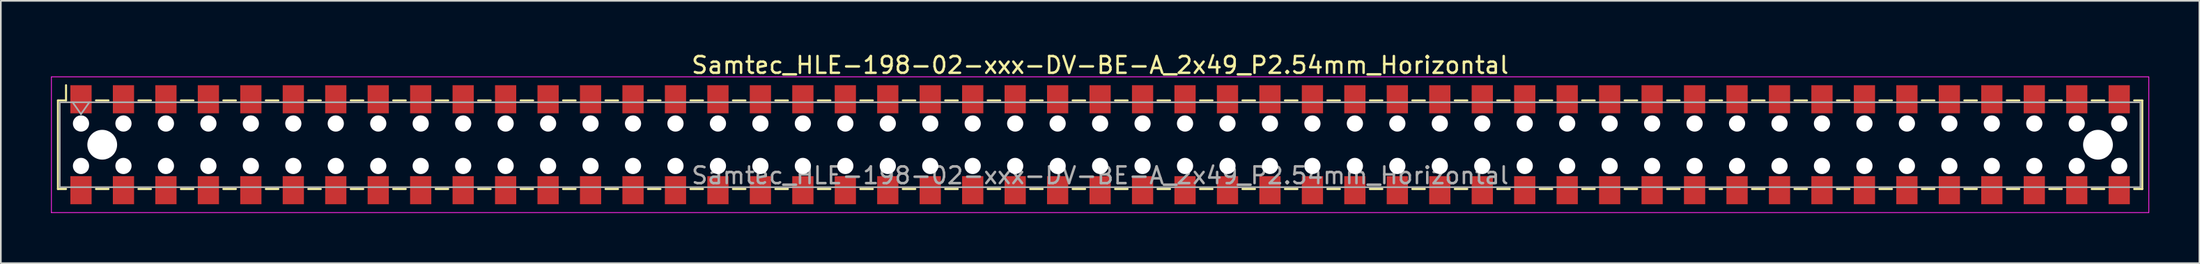
<source format=kicad_pcb>
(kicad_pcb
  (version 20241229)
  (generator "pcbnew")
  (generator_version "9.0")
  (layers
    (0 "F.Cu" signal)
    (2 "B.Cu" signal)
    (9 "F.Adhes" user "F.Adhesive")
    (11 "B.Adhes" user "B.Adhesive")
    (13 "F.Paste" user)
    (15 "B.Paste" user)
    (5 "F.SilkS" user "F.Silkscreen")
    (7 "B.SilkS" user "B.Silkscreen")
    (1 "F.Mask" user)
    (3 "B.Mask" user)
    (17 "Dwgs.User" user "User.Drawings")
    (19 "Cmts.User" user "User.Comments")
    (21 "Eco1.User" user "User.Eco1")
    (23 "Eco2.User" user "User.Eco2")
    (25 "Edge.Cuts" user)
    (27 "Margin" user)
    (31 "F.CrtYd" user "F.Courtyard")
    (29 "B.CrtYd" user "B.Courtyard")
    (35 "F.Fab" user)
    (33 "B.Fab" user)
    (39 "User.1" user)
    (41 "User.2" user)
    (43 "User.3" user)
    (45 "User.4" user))
  (footprint "Samtec_HLE-198-02-xxx-DV-BE-A_2x49_P2.54mm_Horizontal"
    (layer "F.Cu")
    (at 62.755 5.608)
    (property "Reference" "Samtec_HLE-198-02-xxx-DV-BE-A_2x49_P2.54mm_Horizontal" (at 0 -4.76 0) (layer "F.SilkS") (effects (font (size 1 1) (thickness 0.15))))
    (attr smd)
    (fp_line (start -62.34 -2.65) (end -62.34 2.65) (stroke (width 0.12) (type solid)) (layer "F.SilkS"))
    (fp_line (start -62.34 2.65) (end -61.855 2.65) (stroke (width 0.12) (type solid)) (layer "F.SilkS"))
    (fp_line (start -61.855 -3.56) (end -61.855 -2.65) (stroke (width 0.12) (type solid)) (layer "F.SilkS"))
    (fp_line (start -61.855 -2.65) (end -62.34 -2.65) (stroke (width 0.12) (type solid)) (layer "F.SilkS"))
    (fp_line (start -60.065 -2.65) (end -59.315 -2.65) (stroke (width 0.12) (type solid)) (layer "F.SilkS"))
    (fp_line (start -60.065 2.65) (end -59.315 2.65) (stroke (width 0.12) (type solid)) (layer "F.SilkS"))
    (fp_line (start -57.525 -2.65) (end -56.775 -2.65) (stroke (width 0.12) (type solid)) (layer "F.SilkS"))
    (fp_line (start -57.525 2.65) (end -56.775 2.65) (stroke (width 0.12) (type solid)) (layer "F.SilkS"))
    (fp_line (start -54.985 -2.65) (end -54.235 -2.65) (stroke (width 0.12) (type solid)) (layer "F.SilkS"))
    (fp_line (start -54.985 2.65) (end -54.235 2.65) (stroke (width 0.12) (type solid)) (layer "F.SilkS"))
    (fp_line (start -52.445 -2.65) (end -51.695 -2.65) (stroke (width 0.12) (type solid)) (layer "F.SilkS"))
    (fp_line (start -52.445 2.65) (end -51.695 2.65) (stroke (width 0.12) (type solid)) (layer "F.SilkS"))
    (fp_line (start -49.905 -2.65) (end -49.155 -2.65) (stroke (width 0.12) (type solid)) (layer "F.SilkS"))
    (fp_line (start -49.905 2.65) (end -49.155 2.65) (stroke (width 0.12) (type solid)) (layer "F.SilkS"))
    (fp_line (start -47.365 -2.65) (end -46.615 -2.65) (stroke (width 0.12) (type solid)) (layer "F.SilkS"))
    (fp_line (start -47.365 2.65) (end -46.615 2.65) (stroke (width 0.12) (type solid)) (layer "F.SilkS"))
    (fp_line (start -44.825 -2.65) (end -44.075 -2.65) (stroke (width 0.12) (type solid)) (layer "F.SilkS"))
    (fp_line (start -44.825 2.65) (end -44.075 2.65) (stroke (width 0.12) (type solid)) (layer "F.SilkS"))
    (fp_line (start -42.285 -2.65) (end -41.535 -2.65) (stroke (width 0.12) (type solid)) (layer "F.SilkS"))
    (fp_line (start -42.285 2.65) (end -41.535 2.65) (stroke (width 0.12) (type solid)) (layer "F.SilkS"))
    (fp_line (start -39.745 -2.65) (end -38.995 -2.65) (stroke (width 0.12) (type solid)) (layer "F.SilkS"))
    (fp_line (start -39.745 2.65) (end -38.995 2.65) (stroke (width 0.12) (type solid)) (layer "F.SilkS"))
    (fp_line (start -37.205 -2.65) (end -36.455 -2.65) (stroke (width 0.12) (type solid)) (layer "F.SilkS"))
    (fp_line (start -37.205 2.65) (end -36.455 2.65) (stroke (width 0.12) (type solid)) (layer "F.SilkS"))
    (fp_line (start -34.665 -2.65) (end -33.915 -2.65) (stroke (width 0.12) (type solid)) (layer "F.SilkS"))
    (fp_line (start -34.665 2.65) (end -33.915 2.65) (stroke (width 0.12) (type solid)) (layer "F.SilkS"))
    (fp_line (start -32.125 -2.65) (end -31.375 -2.65) (stroke (width 0.12) (type solid)) (layer "F.SilkS"))
    (fp_line (start -32.125 2.65) (end -31.375 2.65) (stroke (width 0.12) (type solid)) (layer "F.SilkS"))
    (fp_line (start -29.585 -2.65) (end -28.835 -2.65) (stroke (width 0.12) (type solid)) (layer "F.SilkS"))
    (fp_line (start -29.585 2.65) (end -28.835 2.65) (stroke (width 0.12) (type solid)) (layer "F.SilkS"))
    (fp_line (start -27.045 -2.65) (end -26.295 -2.65) (stroke (width 0.12) (type solid)) (layer "F.SilkS"))
    (fp_line (start -27.045 2.65) (end -26.295 2.65) (stroke (width 0.12) (type solid)) (layer "F.SilkS"))
    (fp_line (start -24.505 -2.65) (end -23.755 -2.65) (stroke (width 0.12) (type solid)) (layer "F.SilkS"))
    (fp_line (start -24.505 2.65) (end -23.755 2.65) (stroke (width 0.12) (type solid)) (layer "F.SilkS"))
    (fp_line (start -21.965 -2.65) (end -21.215 -2.65) (stroke (width 0.12) (type solid)) (layer "F.SilkS"))
    (fp_line (start -21.965 2.65) (end -21.215 2.65) (stroke (width 0.12) (type solid)) (layer "F.SilkS"))
    (fp_line (start -19.425 -2.65) (end -18.675 -2.65) (stroke (width 0.12) (type solid)) (layer "F.SilkS"))
    (fp_line (start -19.425 2.65) (end -18.675 2.65) (stroke (width 0.12) (type solid)) (layer "F.SilkS"))
    (fp_line (start -16.885 -2.65) (end -16.135 -2.65) (stroke (width 0.12) (type solid)) (layer "F.SilkS"))
    (fp_line (start -16.885 2.65) (end -16.135 2.65) (stroke (width 0.12) (type solid)) (layer "F.SilkS"))
    (fp_line (start -14.345 -2.65) (end -13.595 -2.65) (stroke (width 0.12) (type solid)) (layer "F.SilkS"))
    (fp_line (start -14.345 2.65) (end -13.595 2.65) (stroke (width 0.12) (type solid)) (layer "F.SilkS"))
    (fp_line (start -11.805 -2.65) (end -11.055 -2.65) (stroke (width 0.12) (type solid)) (layer "F.SilkS"))
    (fp_line (start -11.805 2.65) (end -11.055 2.65) (stroke (width 0.12) (type solid)) (layer "F.SilkS"))
    (fp_line (start -9.265 -2.65) (end -8.515 -2.65) (stroke (width 0.12) (type solid)) (layer "F.SilkS"))
    (fp_line (start -9.265 2.65) (end -8.515 2.65) (stroke (width 0.12) (type solid)) (layer "F.SilkS"))
    (fp_line (start -6.725 -2.65) (end -5.975 -2.65) (stroke (width 0.12) (type solid)) (layer "F.SilkS"))
    (fp_line (start -6.725 2.65) (end -5.975 2.65) (stroke (width 0.12) (type solid)) (layer "F.SilkS"))
    (fp_line (start -4.185 -2.65) (end -3.435 -2.65) (stroke (width 0.12) (type solid)) (layer "F.SilkS"))
    (fp_line (start -4.185 2.65) (end -3.435 2.65) (stroke (width 0.12) (type solid)) (layer "F.SilkS"))
    (fp_line (start -1.645 -2.65) (end -0.895 -2.65) (stroke (width 0.12) (type solid)) (layer "F.SilkS"))
    (fp_line (start -1.645 2.65) (end -0.895 2.65) (stroke (width 0.12) (type solid)) (layer "F.SilkS"))
    (fp_line (start 0.895 -2.65) (end 1.645 -2.65) (stroke (width 0.12) (type solid)) (layer "F.SilkS"))
    (fp_line (start 0.895 2.65) (end 1.645 2.65) (stroke (width 0.12) (type solid)) (layer "F.SilkS"))
    (fp_line (start 3.435 -2.65) (end 4.185 -2.65) (stroke (width 0.12) (type solid)) (layer "F.SilkS"))
    (fp_line (start 3.435 2.65) (end 4.185 2.65) (stroke (width 0.12) (type solid)) (layer "F.SilkS"))
    (fp_line (start 5.975 -2.65) (end 6.725 -2.65) (stroke (width 0.12) (type solid)) (layer "F.SilkS"))
    (fp_line (start 5.975 2.65) (end 6.725 2.65) (stroke (width 0.12) (type solid)) (layer "F.SilkS"))
    (fp_line (start 8.515 -2.65) (end 9.265 -2.65) (stroke (width 0.12) (type solid)) (layer "F.SilkS"))
    (fp_line (start 8.515 2.65) (end 9.265 2.65) (stroke (width 0.12) (type solid)) (layer "F.SilkS"))
    (fp_line (start 11.055 -2.65) (end 11.805 -2.65) (stroke (width 0.12) (type solid)) (layer "F.SilkS"))
    (fp_line (start 11.055 2.65) (end 11.805 2.65) (stroke (width 0.12) (type solid)) (layer "F.SilkS"))
    (fp_line (start 13.595 -2.65) (end 14.345 -2.65) (stroke (width 0.12) (type solid)) (layer "F.SilkS"))
    (fp_line (start 13.595 2.65) (end 14.345 2.65) (stroke (width 0.12) (type solid)) (layer "F.SilkS"))
    (fp_line (start 16.135 -2.65) (end 16.885 -2.65) (stroke (width 0.12) (type solid)) (layer "F.SilkS"))
    (fp_line (start 16.135 2.65) (end 16.885 2.65) (stroke (width 0.12) (type solid)) (layer "F.SilkS"))
    (fp_line (start 18.675 -2.65) (end 19.425 -2.65) (stroke (width 0.12) (type solid)) (layer "F.SilkS"))
    (fp_line (start 18.675 2.65) (end 19.425 2.65) (stroke (width 0.12) (type solid)) (layer "F.SilkS"))
    (fp_line (start 21.215 -2.65) (end 21.965 -2.65) (stroke (width 0.12) (type solid)) (layer "F.SilkS"))
    (fp_line (start 21.215 2.65) (end 21.965 2.65) (stroke (width 0.12) (type solid)) (layer "F.SilkS"))
    (fp_line (start 23.755 -2.65) (end 24.505 -2.65) (stroke (width 0.12) (type solid)) (layer "F.SilkS"))
    (fp_line (start 23.755 2.65) (end 24.505 2.65) (stroke (width 0.12) (type solid)) (layer "F.SilkS"))
    (fp_line (start 26.295 -2.65) (end 27.045 -2.65) (stroke (width 0.12) (type solid)) (layer "F.SilkS"))
    (fp_line (start 26.295 2.65) (end 27.045 2.65) (stroke (width 0.12) (type solid)) (layer "F.SilkS"))
    (fp_line (start 28.835 -2.65) (end 29.585 -2.65) (stroke (width 0.12) (type solid)) (layer "F.SilkS"))
    (fp_line (start 28.835 2.65) (end 29.585 2.65) (stroke (width 0.12) (type solid)) (layer "F.SilkS"))
    (fp_line (start 31.375 -2.65) (end 32.125 -2.65) (stroke (width 0.12) (type solid)) (layer "F.SilkS"))
    (fp_line (start 31.375 2.65) (end 32.125 2.65) (stroke (width 0.12) (type solid)) (layer "F.SilkS"))
    (fp_line (start 33.915 -2.65) (end 34.665 -2.65) (stroke (width 0.12) (type solid)) (layer "F.SilkS"))
    (fp_line (start 33.915 2.65) (end 34.665 2.65) (stroke (width 0.12) (type solid)) (layer "F.SilkS"))
    (fp_line (start 36.455 -2.65) (end 37.205 -2.65) (stroke (width 0.12) (type solid)) (layer "F.SilkS"))
    (fp_line (start 36.455 2.65) (end 37.205 2.65) (stroke (width 0.12) (type solid)) (layer "F.SilkS"))
    (fp_line (start 38.995 -2.65) (end 39.745 -2.65) (stroke (width 0.12) (type solid)) (layer "F.SilkS"))
    (fp_line (start 38.995 2.65) (end 39.745 2.65) (stroke (width 0.12) (type solid)) (layer "F.SilkS"))
    (fp_line (start 41.535 -2.65) (end 42.285 -2.65) (stroke (width 0.12) (type solid)) (layer "F.SilkS"))
    (fp_line (start 41.535 2.65) (end 42.285 2.65) (stroke (width 0.12) (type solid)) (layer "F.SilkS"))
    (fp_line (start 44.075 -2.65) (end 44.825 -2.65) (stroke (width 0.12) (type solid)) (layer "F.SilkS"))
    (fp_line (start 44.075 2.65) (end 44.825 2.65) (stroke (width 0.12) (type solid)) (layer "F.SilkS"))
    (fp_line (start 46.615 -2.65) (end 47.365 -2.65) (stroke (width 0.12) (type solid)) (layer "F.SilkS"))
    (fp_line (start 46.615 2.65) (end 47.365 2.65) (stroke (width 0.12) (type solid)) (layer "F.SilkS"))
    (fp_line (start 49.155 -2.65) (end 49.905 -2.65) (stroke (width 0.12) (type solid)) (layer "F.SilkS"))
    (fp_line (start 49.155 2.65) (end 49.905 2.65) (stroke (width 0.12) (type solid)) (layer "F.SilkS"))
    (fp_line (start 51.695 -2.65) (end 52.445 -2.65) (stroke (width 0.12) (type solid)) (layer "F.SilkS"))
    (fp_line (start 51.695 2.65) (end 52.445 2.65) (stroke (width 0.12) (type solid)) (layer "F.SilkS"))
    (fp_line (start 54.235 -2.65) (end 54.985 -2.65) (stroke (width 0.12) (type solid)) (layer "F.SilkS"))
    (fp_line (start 54.235 2.65) (end 54.985 2.65) (stroke (width 0.12) (type solid)) (layer "F.SilkS"))
    (fp_line (start 56.775 -2.65) (end 57.525 -2.65) (stroke (width 0.12) (type solid)) (layer "F.SilkS"))
    (fp_line (start 56.775 2.65) (end 57.525 2.65) (stroke (width 0.12) (type solid)) (layer "F.SilkS"))
    (fp_line (start 59.315 -2.65) (end 60.065 -2.65) (stroke (width 0.12) (type solid)) (layer "F.SilkS"))
    (fp_line (start 59.315 2.65) (end 60.065 2.65) (stroke (width 0.12) (type solid)) (layer "F.SilkS"))
    (fp_line (start 61.855 -2.65) (end 62.34 -2.65) (stroke (width 0.12) (type solid)) (layer "F.SilkS"))
    (fp_line (start 62.34 -2.65) (end 62.34 2.65) (stroke (width 0.12) (type solid)) (layer "F.SilkS"))
    (fp_line (start 62.34 2.65) (end 61.855 2.65) (stroke (width 0.12) (type solid)) (layer "F.SilkS"))
    (fp_line (start -62.73 -4.06) (end 62.73 -4.06) (stroke (width 0.05) (type solid)) (layer "F.CrtYd"))
    (fp_line (start -62.73 4.06) (end -62.73 -4.06) (stroke (width 0.05) (type solid)) (layer "F.CrtYd"))
    (fp_line (start 62.73 -4.06) (end 62.73 4.06) (stroke (width 0.05) (type solid)) (layer "F.CrtYd"))
    (fp_line (start 62.73 4.06) (end -62.73 4.06) (stroke (width 0.05) (type solid)) (layer "F.CrtYd"))
    (fp_line (start -62.23 -2.54) (end 62.23 -2.54) (stroke (width 0.1) (type solid)) (layer "F.Fab"))
    (fp_line (start -62.23 2.54) (end -62.23 -2.54) (stroke (width 0.1) (type solid)) (layer "F.Fab"))
    (fp_line (start -61.46 -2.54) (end -60.96 -1.833) (stroke (width 0.1) (type solid)) (layer "F.Fab"))
    (fp_line (start -60.96 -1.833) (end -60.46 -2.54) (stroke (width 0.1) (type solid)) (layer "F.Fab"))
    (fp_line (start 62.23 -2.54) (end 62.23 2.54) (stroke (width 0.1) (type solid)) (layer "F.Fab"))
    (fp_line (start 62.23 2.54) (end -62.23 2.54) (stroke (width 0.1) (type solid)) (layer "F.Fab"))
    (fp_text user "${REFERENCE}" (at 0 1.84 0) (layer "F.Fab") (effects (font (size 1 1) (thickness 0.15))))
    (pad "" np_thru_hole circle (at -60.96 -1.27) (size 0.97 0.97) (drill 0.97) (layers "*.Cu" "*.Mask"))
    (pad "" np_thru_hole circle (at -60.96 1.27) (size 0.97 0.97) (drill 0.97) (layers "*.Cu" "*.Mask"))
    (pad "" np_thru_hole circle (at -59.69 0) (size 1.78 1.78) (drill 1.78) (layers "*.Cu" "*.Mask"))
    (pad "" np_thru_hole circle (at -58.42 -1.27) (size 0.97 0.97) (drill 0.97) (layers "*.Cu" "*.Mask"))
    (pad "" np_thru_hole circle (at -58.42 1.27) (size 0.97 0.97) (drill 0.97) (layers "*.Cu" "*.Mask"))
    (pad "" np_thru_hole circle (at -55.88 -1.27) (size 0.97 0.97) (drill 0.97) (layers "*.Cu" "*.Mask"))
    (pad "" np_thru_hole circle (at -55.88 1.27) (size 0.97 0.97) (drill 0.97) (layers "*.Cu" "*.Mask"))
    (pad "" np_thru_hole circle (at -53.34 -1.27) (size 0.97 0.97) (drill 0.97) (layers "*.Cu" "*.Mask"))
    (pad "" np_thru_hole circle (at -53.34 1.27) (size 0.97 0.97) (drill 0.97) (layers "*.Cu" "*.Mask"))
    (pad "" np_thru_hole circle (at -50.8 -1.27) (size 0.97 0.97) (drill 0.97) (layers "*.Cu" "*.Mask"))
    (pad "" np_thru_hole circle (at -50.8 1.27) (size 0.97 0.97) (drill 0.97) (layers "*.Cu" "*.Mask"))
    (pad "" np_thru_hole circle (at -48.26 -1.27) (size 0.97 0.97) (drill 0.97) (layers "*.Cu" "*.Mask"))
    (pad "" np_thru_hole circle (at -48.26 1.27) (size 0.97 0.97) (drill 0.97) (layers "*.Cu" "*.Mask"))
    (pad "" np_thru_hole circle (at -45.72 -1.27) (size 0.97 0.97) (drill 0.97) (layers "*.Cu" "*.Mask"))
    (pad "" np_thru_hole circle (at -45.72 1.27) (size 0.97 0.97) (drill 0.97) (layers "*.Cu" "*.Mask"))
    (pad "" np_thru_hole circle (at -43.18 -1.27) (size 0.97 0.97) (drill 0.97) (layers "*.Cu" "*.Mask"))
    (pad "" np_thru_hole circle (at -43.18 1.27) (size 0.97 0.97) (drill 0.97) (layers "*.Cu" "*.Mask"))
    (pad "" np_thru_hole circle (at -40.64 -1.27) (size 0.97 0.97) (drill 0.97) (layers "*.Cu" "*.Mask"))
    (pad "" np_thru_hole circle (at -40.64 1.27) (size 0.97 0.97) (drill 0.97) (layers "*.Cu" "*.Mask"))
    (pad "" np_thru_hole circle (at -38.1 -1.27) (size 0.97 0.97) (drill 0.97) (layers "*.Cu" "*.Mask"))
    (pad "" np_thru_hole circle (at -38.1 1.27) (size 0.97 0.97) (drill 0.97) (layers "*.Cu" "*.Mask"))
    (pad "" np_thru_hole circle (at -35.56 -1.27) (size 0.97 0.97) (drill 0.97) (layers "*.Cu" "*.Mask"))
    (pad "" np_thru_hole circle (at -35.56 1.27) (size 0.97 0.97) (drill 0.97) (layers "*.Cu" "*.Mask"))
    (pad "" np_thru_hole circle (at -33.02 -1.27) (size 0.97 0.97) (drill 0.97) (layers "*.Cu" "*.Mask"))
    (pad "" np_thru_hole circle (at -33.02 1.27) (size 0.97 0.97) (drill 0.97) (layers "*.Cu" "*.Mask"))
    (pad "" np_thru_hole circle (at -30.48 -1.27) (size 0.97 0.97) (drill 0.97) (layers "*.Cu" "*.Mask"))
    (pad "" np_thru_hole circle (at -30.48 1.27) (size 0.97 0.97) (drill 0.97) (layers "*.Cu" "*.Mask"))
    (pad "" np_thru_hole circle (at -27.94 -1.27) (size 0.97 0.97) (drill 0.97) (layers "*.Cu" "*.Mask"))
    (pad "" np_thru_hole circle (at -27.94 1.27) (size 0.97 0.97) (drill 0.97) (layers "*.Cu" "*.Mask"))
    (pad "" np_thru_hole circle (at -25.4 -1.27) (size 0.97 0.97) (drill 0.97) (layers "*.Cu" "*.Mask"))
    (pad "" np_thru_hole circle (at -25.4 1.27) (size 0.97 0.97) (drill 0.97) (layers "*.Cu" "*.Mask"))
    (pad "" np_thru_hole circle (at -22.86 -1.27) (size 0.97 0.97) (drill 0.97) (layers "*.Cu" "*.Mask"))
    (pad "" np_thru_hole circle (at -22.86 1.27) (size 0.97 0.97) (drill 0.97) (layers "*.Cu" "*.Mask"))
    (pad "" np_thru_hole circle (at -20.32 -1.27) (size 0.97 0.97) (drill 0.97) (layers "*.Cu" "*.Mask"))
    (pad "" np_thru_hole circle (at -20.32 1.27) (size 0.97 0.97) (drill 0.97) (layers "*.Cu" "*.Mask"))
    (pad "" np_thru_hole circle (at -17.78 -1.27) (size 0.97 0.97) (drill 0.97) (layers "*.Cu" "*.Mask"))
    (pad "" np_thru_hole circle (at -17.78 1.27) (size 0.97 0.97) (drill 0.97) (layers "*.Cu" "*.Mask"))
    (pad "" np_thru_hole circle (at -15.24 -1.27) (size 0.97 0.97) (drill 0.97) (layers "*.Cu" "*.Mask"))
    (pad "" np_thru_hole circle (at -15.24 1.27) (size 0.97 0.97) (drill 0.97) (layers "*.Cu" "*.Mask"))
    (pad "" np_thru_hole circle (at -12.7 -1.27) (size 0.97 0.97) (drill 0.97) (layers "*.Cu" "*.Mask"))
    (pad "" np_thru_hole circle (at -12.7 1.27) (size 0.97 0.97) (drill 0.97) (layers "*.Cu" "*.Mask"))
    (pad "" np_thru_hole circle (at -10.16 -1.27) (size 0.97 0.97) (drill 0.97) (layers "*.Cu" "*.Mask"))
    (pad "" np_thru_hole circle (at -10.16 1.27) (size 0.97 0.97) (drill 0.97) (layers "*.Cu" "*.Mask"))
    (pad "" np_thru_hole circle (at -7.62 -1.27) (size 0.97 0.97) (drill 0.97) (layers "*.Cu" "*.Mask"))
    (pad "" np_thru_hole circle (at -7.62 1.27) (size 0.97 0.97) (drill 0.97) (layers "*.Cu" "*.Mask"))
    (pad "" np_thru_hole circle (at -5.08 -1.27) (size 0.97 0.97) (drill 0.97) (layers "*.Cu" "*.Mask"))
    (pad "" np_thru_hole circle (at -5.08 1.27) (size 0.97 0.97) (drill 0.97) (layers "*.Cu" "*.Mask"))
    (pad "" np_thru_hole circle (at -2.54 -1.27) (size 0.97 0.97) (drill 0.97) (layers "*.Cu" "*.Mask"))
    (pad "" np_thru_hole circle (at -2.54 1.27) (size 0.97 0.97) (drill 0.97) (layers "*.Cu" "*.Mask"))
    (pad "" np_thru_hole circle (at 0 -1.27) (size 0.97 0.97) (drill 0.97) (layers "*.Cu" "*.Mask"))
    (pad "" np_thru_hole circle (at 0 1.27) (size 0.97 0.97) (drill 0.97) (layers "*.Cu" "*.Mask"))
    (pad "" np_thru_hole circle (at 2.54 -1.27) (size 0.97 0.97) (drill 0.97) (layers "*.Cu" "*.Mask"))
    (pad "" np_thru_hole circle (at 2.54 1.27) (size 0.97 0.97) (drill 0.97) (layers "*.Cu" "*.Mask"))
    (pad "" np_thru_hole circle (at 5.08 -1.27) (size 0.97 0.97) (drill 0.97) (layers "*.Cu" "*.Mask"))
    (pad "" np_thru_hole circle (at 5.08 1.27) (size 0.97 0.97) (drill 0.97) (layers "*.Cu" "*.Mask"))
    (pad "" np_thru_hole circle (at 7.62 -1.27) (size 0.97 0.97) (drill 0.97) (layers "*.Cu" "*.Mask"))
    (pad "" np_thru_hole circle (at 7.62 1.27) (size 0.97 0.97) (drill 0.97) (layers "*.Cu" "*.Mask"))
    (pad "" np_thru_hole circle (at 10.16 -1.27) (size 0.97 0.97) (drill 0.97) (layers "*.Cu" "*.Mask"))
    (pad "" np_thru_hole circle (at 10.16 1.27) (size 0.97 0.97) (drill 0.97) (layers "*.Cu" "*.Mask"))
    (pad "" np_thru_hole circle (at 12.7 -1.27) (size 0.97 0.97) (drill 0.97) (layers "*.Cu" "*.Mask"))
    (pad "" np_thru_hole circle (at 12.7 1.27) (size 0.97 0.97) (drill 0.97) (layers "*.Cu" "*.Mask"))
    (pad "" np_thru_hole circle (at 15.24 -1.27) (size 0.97 0.97) (drill 0.97) (layers "*.Cu" "*.Mask"))
    (pad "" np_thru_hole circle (at 15.24 1.27) (size 0.97 0.97) (drill 0.97) (layers "*.Cu" "*.Mask"))
    (pad "" np_thru_hole circle (at 17.78 -1.27) (size 0.97 0.97) (drill 0.97) (layers "*.Cu" "*.Mask"))
    (pad "" np_thru_hole circle (at 17.78 1.27) (size 0.97 0.97) (drill 0.97) (layers "*.Cu" "*.Mask"))
    (pad "" np_thru_hole circle (at 20.32 -1.27) (size 0.97 0.97) (drill 0.97) (layers "*.Cu" "*.Mask"))
    (pad "" np_thru_hole circle (at 20.32 1.27) (size 0.97 0.97) (drill 0.97) (layers "*.Cu" "*.Mask"))
    (pad "" np_thru_hole circle (at 22.86 -1.27) (size 0.97 0.97) (drill 0.97) (layers "*.Cu" "*.Mask"))
    (pad "" np_thru_hole circle (at 22.86 1.27) (size 0.97 0.97) (drill 0.97) (layers "*.Cu" "*.Mask"))
    (pad "" np_thru_hole circle (at 25.4 -1.27) (size 0.97 0.97) (drill 0.97) (layers "*.Cu" "*.Mask"))
    (pad "" np_thru_hole circle (at 25.4 1.27) (size 0.97 0.97) (drill 0.97) (layers "*.Cu" "*.Mask"))
    (pad "" np_thru_hole circle (at 27.94 -1.27) (size 0.97 0.97) (drill 0.97) (layers "*.Cu" "*.Mask"))
    (pad "" np_thru_hole circle (at 27.94 1.27) (size 0.97 0.97) (drill 0.97) (layers "*.Cu" "*.Mask"))
    (pad "" np_thru_hole circle (at 30.48 -1.27) (size 0.97 0.97) (drill 0.97) (layers "*.Cu" "*.Mask"))
    (pad "" np_thru_hole circle (at 30.48 1.27) (size 0.97 0.97) (drill 0.97) (layers "*.Cu" "*.Mask"))
    (pad "" np_thru_hole circle (at 33.02 -1.27) (size 0.97 0.97) (drill 0.97) (layers "*.Cu" "*.Mask"))
    (pad "" np_thru_hole circle (at 33.02 1.27) (size 0.97 0.97) (drill 0.97) (layers "*.Cu" "*.Mask"))
    (pad "" np_thru_hole circle (at 35.56 -1.27) (size 0.97 0.97) (drill 0.97) (layers "*.Cu" "*.Mask"))
    (pad "" np_thru_hole circle (at 35.56 1.27) (size 0.97 0.97) (drill 0.97) (layers "*.Cu" "*.Mask"))
    (pad "" np_thru_hole circle (at 38.1 -1.27) (size 0.97 0.97) (drill 0.97) (layers "*.Cu" "*.Mask"))
    (pad "" np_thru_hole circle (at 38.1 1.27) (size 0.97 0.97) (drill 0.97) (layers "*.Cu" "*.Mask"))
    (pad "" np_thru_hole circle (at 40.64 -1.27) (size 0.97 0.97) (drill 0.97) (layers "*.Cu" "*.Mask"))
    (pad "" np_thru_hole circle (at 40.64 1.27) (size 0.97 0.97) (drill 0.97) (layers "*.Cu" "*.Mask"))
    (pad "" np_thru_hole circle (at 43.18 -1.27) (size 0.97 0.97) (drill 0.97) (layers "*.Cu" "*.Mask"))
    (pad "" np_thru_hole circle (at 43.18 1.27) (size 0.97 0.97) (drill 0.97) (layers "*.Cu" "*.Mask"))
    (pad "" np_thru_hole circle (at 45.72 -1.27) (size 0.97 0.97) (drill 0.97) (layers "*.Cu" "*.Mask"))
    (pad "" np_thru_hole circle (at 45.72 1.27) (size 0.97 0.97) (drill 0.97) (layers "*.Cu" "*.Mask"))
    (pad "" np_thru_hole circle (at 48.26 -1.27) (size 0.97 0.97) (drill 0.97) (layers "*.Cu" "*.Mask"))
    (pad "" np_thru_hole circle (at 48.26 1.27) (size 0.97 0.97) (drill 0.97) (layers "*.Cu" "*.Mask"))
    (pad "" np_thru_hole circle (at 50.8 -1.27) (size 0.97 0.97) (drill 0.97) (layers "*.Cu" "*.Mask"))
    (pad "" np_thru_hole circle (at 50.8 1.27) (size 0.97 0.97) (drill 0.97) (layers "*.Cu" "*.Mask"))
    (pad "" np_thru_hole circle (at 53.34 -1.27) (size 0.97 0.97) (drill 0.97) (layers "*.Cu" "*.Mask"))
    (pad "" np_thru_hole circle (at 53.34 1.27) (size 0.97 0.97) (drill 0.97) (layers "*.Cu" "*.Mask"))
    (pad "" np_thru_hole circle (at 55.88 -1.27) (size 0.97 0.97) (drill 0.97) (layers "*.Cu" "*.Mask"))
    (pad "" np_thru_hole circle (at 55.88 1.27) (size 0.97 0.97) (drill 0.97) (layers "*.Cu" "*.Mask"))
    (pad "" np_thru_hole circle (at 58.42 -1.27) (size 0.97 0.97) (drill 0.97) (layers "*.Cu" "*.Mask"))
    (pad "" np_thru_hole circle (at 58.42 1.27) (size 0.97 0.97) (drill 0.97) (layers "*.Cu" "*.Mask"))
    (pad "" np_thru_hole circle (at 59.69 0) (size 1.78 1.78) (drill 1.78) (layers "*.Cu" "*.Mask"))
    (pad "" np_thru_hole circle (at 60.96 -1.27) (size 0.97 0.97) (drill 0.97) (layers "*.Cu" "*.Mask"))
    (pad "" np_thru_hole circle (at 60.96 1.27) (size 0.97 0.97) (drill 0.97) (layers "*.Cu" "*.Mask"))
    (pad "1" smd rect (at -60.96 -2.72) (size 1.27 1.68) (layers "F.Cu" "F.Mask" "F.Paste"))
    (pad "2" smd rect (at -60.96 2.72) (size 1.27 1.68) (layers "F.Cu" "F.Mask" "F.Paste"))
    (pad "3" smd rect (at -58.42 -2.72) (size 1.27 1.68) (layers "F.Cu" "F.Mask" "F.Paste"))
    (pad "4" smd rect (at -58.42 2.72) (size 1.27 1.68) (layers "F.Cu" "F.Mask" "F.Paste"))
    (pad "5" smd rect (at -55.88 -2.72) (size 1.27 1.68) (layers "F.Cu" "F.Mask" "F.Paste"))
    (pad "6" smd rect (at -55.88 2.72) (size 1.27 1.68) (layers "F.Cu" "F.Mask" "F.Paste"))
    (pad "7" smd rect (at -53.34 -2.72) (size 1.27 1.68) (layers "F.Cu" "F.Mask" "F.Paste"))
    (pad "8" smd rect (at -53.34 2.72) (size 1.27 1.68) (layers "F.Cu" "F.Mask" "F.Paste"))
    (pad "9" smd rect (at -50.8 -2.72) (size 1.27 1.68) (layers "F.Cu" "F.Mask" "F.Paste"))
    (pad "10" smd rect (at -50.8 2.72) (size 1.27 1.68) (layers "F.Cu" "F.Mask" "F.Paste"))
    (pad "11" smd rect (at -48.26 -2.72) (size 1.27 1.68) (layers "F.Cu" "F.Mask" "F.Paste"))
    (pad "12" smd rect (at -48.26 2.72) (size 1.27 1.68) (layers "F.Cu" "F.Mask" "F.Paste"))
    (pad "13" smd rect (at -45.72 -2.72) (size 1.27 1.68) (layers "F.Cu" "F.Mask" "F.Paste"))
    (pad "14" smd rect (at -45.72 2.72) (size 1.27 1.68) (layers "F.Cu" "F.Mask" "F.Paste"))
    (pad "15" smd rect (at -43.18 -2.72) (size 1.27 1.68) (layers "F.Cu" "F.Mask" "F.Paste"))
    (pad "16" smd rect (at -43.18 2.72) (size 1.27 1.68) (layers "F.Cu" "F.Mask" "F.Paste"))
    (pad "17" smd rect (at -40.64 -2.72) (size 1.27 1.68) (layers "F.Cu" "F.Mask" "F.Paste"))
    (pad "18" smd rect (at -40.64 2.72) (size 1.27 1.68) (layers "F.Cu" "F.Mask" "F.Paste"))
    (pad "19" smd rect (at -38.1 -2.72) (size 1.27 1.68) (layers "F.Cu" "F.Mask" "F.Paste"))
    (pad "20" smd rect (at -38.1 2.72) (size 1.27 1.68) (layers "F.Cu" "F.Mask" "F.Paste"))
    (pad "21" smd rect (at -35.56 -2.72) (size 1.27 1.68) (layers "F.Cu" "F.Mask" "F.Paste"))
    (pad "22" smd rect (at -35.56 2.72) (size 1.27 1.68) (layers "F.Cu" "F.Mask" "F.Paste"))
    (pad "23" smd rect (at -33.02 -2.72) (size 1.27 1.68) (layers "F.Cu" "F.Mask" "F.Paste"))
    (pad "24" smd rect (at -33.02 2.72) (size 1.27 1.68) (layers "F.Cu" "F.Mask" "F.Paste"))
    (pad "25" smd rect (at -30.48 -2.72) (size 1.27 1.68) (layers "F.Cu" "F.Mask" "F.Paste"))
    (pad "26" smd rect (at -30.48 2.72) (size 1.27 1.68) (layers "F.Cu" "F.Mask" "F.Paste"))
    (pad "27" smd rect (at -27.94 -2.72) (size 1.27 1.68) (layers "F.Cu" "F.Mask" "F.Paste"))
    (pad "28" smd rect (at -27.94 2.72) (size 1.27 1.68) (layers "F.Cu" "F.Mask" "F.Paste"))
    (pad "29" smd rect (at -25.4 -2.72) (size 1.27 1.68) (layers "F.Cu" "F.Mask" "F.Paste"))
    (pad "30" smd rect (at -25.4 2.72) (size 1.27 1.68) (layers "F.Cu" "F.Mask" "F.Paste"))
    (pad "31" smd rect (at -22.86 -2.72) (size 1.27 1.68) (layers "F.Cu" "F.Mask" "F.Paste"))
    (pad "32" smd rect (at -22.86 2.72) (size 1.27 1.68) (layers "F.Cu" "F.Mask" "F.Paste"))
    (pad "33" smd rect (at -20.32 -2.72) (size 1.27 1.68) (layers "F.Cu" "F.Mask" "F.Paste"))
    (pad "34" smd rect (at -20.32 2.72) (size 1.27 1.68) (layers "F.Cu" "F.Mask" "F.Paste"))
    (pad "35" smd rect (at -17.78 -2.72) (size 1.27 1.68) (layers "F.Cu" "F.Mask" "F.Paste"))
    (pad "36" smd rect (at -17.78 2.72) (size 1.27 1.68) (layers "F.Cu" "F.Mask" "F.Paste"))
    (pad "37" smd rect (at -15.24 -2.72) (size 1.27 1.68) (layers "F.Cu" "F.Mask" "F.Paste"))
    (pad "38" smd rect (at -15.24 2.72) (size 1.27 1.68) (layers "F.Cu" "F.Mask" "F.Paste"))
    (pad "39" smd rect (at -12.7 -2.72) (size 1.27 1.68) (layers "F.Cu" "F.Mask" "F.Paste"))
    (pad "40" smd rect (at -12.7 2.72) (size 1.27 1.68) (layers "F.Cu" "F.Mask" "F.Paste"))
    (pad "41" smd rect (at -10.16 -2.72) (size 1.27 1.68) (layers "F.Cu" "F.Mask" "F.Paste"))
    (pad "42" smd rect (at -10.16 2.72) (size 1.27 1.68) (layers "F.Cu" "F.Mask" "F.Paste"))
    (pad "43" smd rect (at -7.62 -2.72) (size 1.27 1.68) (layers "F.Cu" "F.Mask" "F.Paste"))
    (pad "44" smd rect (at -7.62 2.72) (size 1.27 1.68) (layers "F.Cu" "F.Mask" "F.Paste"))
    (pad "45" smd rect (at -5.08 -2.72) (size 1.27 1.68) (layers "F.Cu" "F.Mask" "F.Paste"))
    (pad "46" smd rect (at -5.08 2.72) (size 1.27 1.68) (layers "F.Cu" "F.Mask" "F.Paste"))
    (pad "47" smd rect (at -2.54 -2.72) (size 1.27 1.68) (layers "F.Cu" "F.Mask" "F.Paste"))
    (pad "48" smd rect (at -2.54 2.72) (size 1.27 1.68) (layers "F.Cu" "F.Mask" "F.Paste"))
    (pad "49" smd rect (at 0 -2.72) (size 1.27 1.68) (layers "F.Cu" "F.Mask" "F.Paste"))
    (pad "50" smd rect (at 0 2.72) (size 1.27 1.68) (layers "F.Cu" "F.Mask" "F.Paste"))
    (pad "51" smd rect (at 2.54 -2.72) (size 1.27 1.68) (layers "F.Cu" "F.Mask" "F.Paste"))
    (pad "52" smd rect (at 2.54 2.72) (size 1.27 1.68) (layers "F.Cu" "F.Mask" "F.Paste"))
    (pad "53" smd rect (at 5.08 -2.72) (size 1.27 1.68) (layers "F.Cu" "F.Mask" "F.Paste"))
    (pad "54" smd rect (at 5.08 2.72) (size 1.27 1.68) (layers "F.Cu" "F.Mask" "F.Paste"))
    (pad "55" smd rect (at 7.62 -2.72) (size 1.27 1.68) (layers "F.Cu" "F.Mask" "F.Paste"))
    (pad "56" smd rect (at 7.62 2.72) (size 1.27 1.68) (layers "F.Cu" "F.Mask" "F.Paste"))
    (pad "57" smd rect (at 10.16 -2.72) (size 1.27 1.68) (layers "F.Cu" "F.Mask" "F.Paste"))
    (pad "58" smd rect (at 10.16 2.72) (size 1.27 1.68) (layers "F.Cu" "F.Mask" "F.Paste"))
    (pad "59" smd rect (at 12.7 -2.72) (size 1.27 1.68) (layers "F.Cu" "F.Mask" "F.Paste"))
    (pad "60" smd rect (at 12.7 2.72) (size 1.27 1.68) (layers "F.Cu" "F.Mask" "F.Paste"))
    (pad "61" smd rect (at 15.24 -2.72) (size 1.27 1.68) (layers "F.Cu" "F.Mask" "F.Paste"))
    (pad "62" smd rect (at 15.24 2.72) (size 1.27 1.68) (layers "F.Cu" "F.Mask" "F.Paste"))
    (pad "63" smd rect (at 17.78 -2.72) (size 1.27 1.68) (layers "F.Cu" "F.Mask" "F.Paste"))
    (pad "64" smd rect (at 17.78 2.72) (size 1.27 1.68) (layers "F.Cu" "F.Mask" "F.Paste"))
    (pad "65" smd rect (at 20.32 -2.72) (size 1.27 1.68) (layers "F.Cu" "F.Mask" "F.Paste"))
    (pad "66" smd rect (at 20.32 2.72) (size 1.27 1.68) (layers "F.Cu" "F.Mask" "F.Paste"))
    (pad "67" smd rect (at 22.86 -2.72) (size 1.27 1.68) (layers "F.Cu" "F.Mask" "F.Paste"))
    (pad "68" smd rect (at 22.86 2.72) (size 1.27 1.68) (layers "F.Cu" "F.Mask" "F.Paste"))
    (pad "69" smd rect (at 25.4 -2.72) (size 1.27 1.68) (layers "F.Cu" "F.Mask" "F.Paste"))
    (pad "70" smd rect (at 25.4 2.72) (size 1.27 1.68) (layers "F.Cu" "F.Mask" "F.Paste"))
    (pad "71" smd rect (at 27.94 -2.72) (size 1.27 1.68) (layers "F.Cu" "F.Mask" "F.Paste"))
    (pad "72" smd rect (at 27.94 2.72) (size 1.27 1.68) (layers "F.Cu" "F.Mask" "F.Paste"))
    (pad "73" smd rect (at 30.48 -2.72) (size 1.27 1.68) (layers "F.Cu" "F.Mask" "F.Paste"))
    (pad "74" smd rect (at 30.48 2.72) (size 1.27 1.68) (layers "F.Cu" "F.Mask" "F.Paste"))
    (pad "75" smd rect (at 33.02 -2.72) (size 1.27 1.68) (layers "F.Cu" "F.Mask" "F.Paste"))
    (pad "76" smd rect (at 33.02 2.72) (size 1.27 1.68) (layers "F.Cu" "F.Mask" "F.Paste"))
    (pad "77" smd rect (at 35.56 -2.72) (size 1.27 1.68) (layers "F.Cu" "F.Mask" "F.Paste"))
    (pad "78" smd rect (at 35.56 2.72) (size 1.27 1.68) (layers "F.Cu" "F.Mask" "F.Paste"))
    (pad "79" smd rect (at 38.1 -2.72) (size 1.27 1.68) (layers "F.Cu" "F.Mask" "F.Paste"))
    (pad "80" smd rect (at 38.1 2.72) (size 1.27 1.68) (layers "F.Cu" "F.Mask" "F.Paste"))
    (pad "81" smd rect (at 40.64 -2.72) (size 1.27 1.68) (layers "F.Cu" "F.Mask" "F.Paste"))
    (pad "82" smd rect (at 40.64 2.72) (size 1.27 1.68) (layers "F.Cu" "F.Mask" "F.Paste"))
    (pad "83" smd rect (at 43.18 -2.72) (size 1.27 1.68) (layers "F.Cu" "F.Mask" "F.Paste"))
    (pad "84" smd rect (at 43.18 2.72) (size 1.27 1.68) (layers "F.Cu" "F.Mask" "F.Paste"))
    (pad "85" smd rect (at 45.72 -2.72) (size 1.27 1.68) (layers "F.Cu" "F.Mask" "F.Paste"))
    (pad "86" smd rect (at 45.72 2.72) (size 1.27 1.68) (layers "F.Cu" "F.Mask" "F.Paste"))
    (pad "87" smd rect (at 48.26 -2.72) (size 1.27 1.68) (layers "F.Cu" "F.Mask" "F.Paste"))
    (pad "88" smd rect (at 48.26 2.72) (size 1.27 1.68) (layers "F.Cu" "F.Mask" "F.Paste"))
    (pad "89" smd rect (at 50.8 -2.72) (size 1.27 1.68) (layers "F.Cu" "F.Mask" "F.Paste"))
    (pad "90" smd rect (at 50.8 2.72) (size 1.27 1.68) (layers "F.Cu" "F.Mask" "F.Paste"))
    (pad "91" smd rect (at 53.34 -2.72) (size 1.27 1.68) (layers "F.Cu" "F.Mask" "F.Paste"))
    (pad "92" smd rect (at 53.34 2.72) (size 1.27 1.68) (layers "F.Cu" "F.Mask" "F.Paste"))
    (pad "93" smd rect (at 55.88 -2.72) (size 1.27 1.68) (layers "F.Cu" "F.Mask" "F.Paste"))
    (pad "94" smd rect (at 55.88 2.72) (size 1.27 1.68) (layers "F.Cu" "F.Mask" "F.Paste"))
    (pad "95" smd rect (at 58.42 -2.72) (size 1.27 1.68) (layers "F.Cu" "F.Mask" "F.Paste"))
    (pad "96" smd rect (at 58.42 2.72) (size 1.27 1.68) (layers "F.Cu" "F.Mask" "F.Paste"))
    (pad "97" smd rect (at 60.96 -2.72) (size 1.27 1.68) (layers "F.Cu" "F.Mask" "F.Paste"))
    (pad "98" smd rect (at 60.96 2.72) (size 1.27 1.68) (layers "F.Cu" "F.Mask" "F.Paste")))
  (gr_rect
    (start -3 -3)
    (end 128.51 12.693)
    (stroke (width 0.1) (type default))
    (fill no)
    (layer "Edge.Cuts")))
</source>
